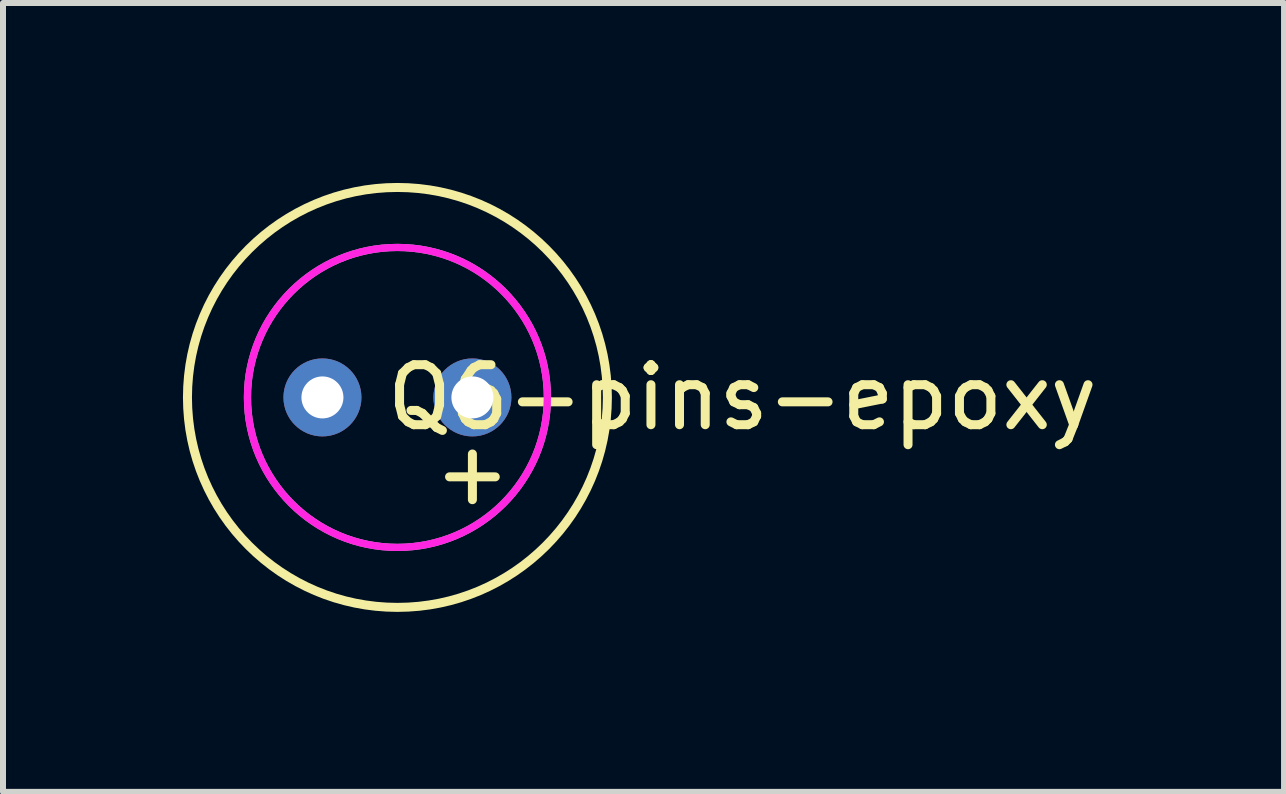
<source format=kicad_pcb>
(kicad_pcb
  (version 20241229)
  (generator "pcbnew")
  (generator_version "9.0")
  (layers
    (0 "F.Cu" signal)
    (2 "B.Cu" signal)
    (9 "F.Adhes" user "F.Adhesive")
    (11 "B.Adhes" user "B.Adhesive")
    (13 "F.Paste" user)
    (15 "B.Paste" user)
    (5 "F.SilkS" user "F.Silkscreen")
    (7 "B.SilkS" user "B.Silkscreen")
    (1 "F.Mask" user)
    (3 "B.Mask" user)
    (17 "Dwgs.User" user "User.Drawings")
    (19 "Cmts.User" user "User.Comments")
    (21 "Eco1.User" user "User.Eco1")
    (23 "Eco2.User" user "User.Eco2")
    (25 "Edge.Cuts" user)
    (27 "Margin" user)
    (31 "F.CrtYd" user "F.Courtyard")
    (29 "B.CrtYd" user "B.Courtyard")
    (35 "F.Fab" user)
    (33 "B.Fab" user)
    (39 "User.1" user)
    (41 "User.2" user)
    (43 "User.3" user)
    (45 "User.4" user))
  (footprint "Q6-pins-epoxy"
    (layer "F.Cu")
    (at 3.575 3.575)
    (property "Reference" "Q6-pins-epoxy" (at 5.75 0 0) (layer "F.SilkS") (effects (font (size 1 1) (thickness 0.15))))
    (attr through_hole)
    (fp_circle (center 0 0) (end 3.5 0) (stroke (width 0.15) (type solid)) (fill no) (layer "F.SilkS"))
    (fp_circle (center 0 0) (end 2 -1.5) (stroke (width 0.12) (type solid)) (fill no) (layer "F.CrtYd"))
    (fp_circle (center 0 0) (end 2.5 0) (stroke (width 0.12) (type solid)) (fill no) (layer "F.Fab"))
    (fp_text user "+" (at 1.25 1.25 0) (layer "F.SilkS") (effects (font (size 1 1) (thickness 0.15))))
    (pad "1" thru_hole circle (at -1.25 0) (size 1.3 1.3) (drill 0.7) (layers "*.Cu" "*.Mask"))
    (pad "2" thru_hole circle (at 1.25 0) (size 1.3 1.3) (drill 0.7) (layers "*.Cu" "*.Mask")))
  (gr_rect
    (start -3 -3)
    (end 18.355 10.15)
    (stroke (width 0.1) (type default))
    (fill no)
    (layer "Edge.Cuts")))
</source>
